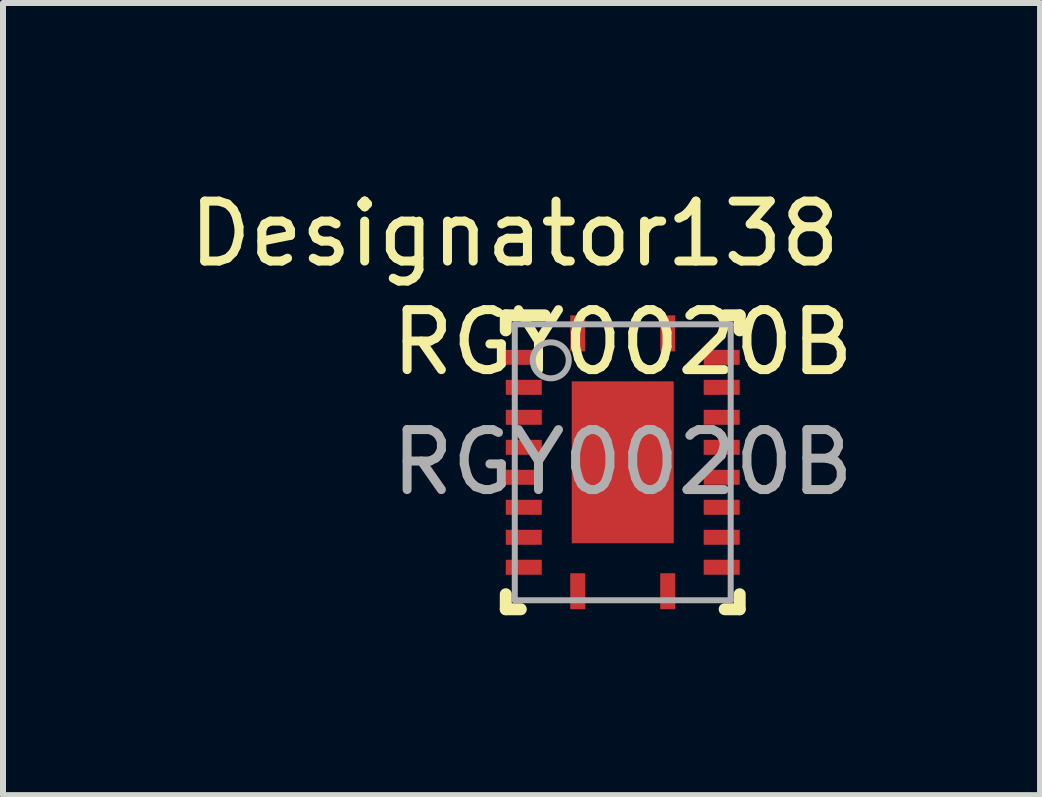
<source format=kicad_pcb>
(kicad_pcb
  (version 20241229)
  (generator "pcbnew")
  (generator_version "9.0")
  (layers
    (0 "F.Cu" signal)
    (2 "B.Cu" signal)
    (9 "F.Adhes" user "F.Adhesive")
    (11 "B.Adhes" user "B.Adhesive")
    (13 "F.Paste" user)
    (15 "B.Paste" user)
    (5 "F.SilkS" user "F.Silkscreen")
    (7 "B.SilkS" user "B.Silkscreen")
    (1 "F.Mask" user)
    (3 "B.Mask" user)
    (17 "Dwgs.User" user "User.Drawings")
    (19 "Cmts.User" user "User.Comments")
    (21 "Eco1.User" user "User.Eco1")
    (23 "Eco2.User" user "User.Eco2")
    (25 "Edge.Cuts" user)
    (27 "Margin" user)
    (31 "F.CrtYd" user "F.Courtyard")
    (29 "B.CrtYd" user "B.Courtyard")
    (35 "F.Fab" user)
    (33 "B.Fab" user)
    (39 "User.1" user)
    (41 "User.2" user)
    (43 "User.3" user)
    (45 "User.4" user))
  (footprint "RGY0020B"
    (layer "F.Cu")
    (at 7.333 4.658)
    (property "Reference" "RGY0020B" (at 0 -2 0) (unlocked yes) (layer "F.SilkS") (effects (font (size 1 1) (thickness 0.15))))
    (attr smd)
    (fp_line (start -1.95 -2.45) (end -1.3 -2.45) (stroke (width 0.2) (type solid)) (layer "F.SilkS"))
    (fp_line (start -1.95 -2.2) (end -1.95 -2.45) (stroke (width 0.2) (type solid)) (layer "F.SilkS"))
    (fp_line (start -1.95 2.45) (end -1.95 2.2) (stroke (width 0.2) (type solid)) (layer "F.SilkS"))
    (fp_line (start -1.95 2.45) (end -1.7 2.45) (stroke (width 0.2) (type solid)) (layer "F.SilkS"))
    (fp_line (start 1.7 -2.45) (end 1.95 -2.45) (stroke (width 0.2) (type solid)) (layer "F.SilkS"))
    (fp_line (start 1.7 2.45) (end 1.95 2.45) (stroke (width 0.2) (type solid)) (layer "F.SilkS"))
    (fp_line (start 1.95 -2.2) (end 1.95 -2.45) (stroke (width 0.2) (type solid)) (layer "F.SilkS"))
    (fp_line (start 1.95 2.45) (end 1.95 2.2) (stroke (width 0.2) (type solid)) (layer "F.SilkS"))
    (fp_poly (pts (xy 0.774 -1.288) (xy -0.774 -1.288) (xy -0.774 -0.1) (xy 0.774 -0.1)) (stroke (width 0) (type solid)) (fill yes) (layer "F.Paste"))
    (fp_poly (pts (xy 0.774 0.1) (xy -0.774 0.1) (xy -0.774 1.288) (xy 0.774 1.288)) (stroke (width 0) (type solid)) (fill yes) (layer "F.Paste"))
    (fp_line (start -1.8 -2.3) (end 1.8 -2.3) (stroke (width 0.1) (type solid)) (layer "F.Fab"))
    (fp_line (start -1.8 2.3) (end -1.8 -2.3) (stroke (width 0.1) (type solid)) (layer "F.Fab"))
    (fp_line (start -1.8 2.3) (end 1.8 2.3) (stroke (width 0.1) (type solid)) (layer "F.Fab"))
    (fp_line (start 1.8 2.3) (end 1.8 -2.3) (stroke (width 0.1) (type solid)) (layer "F.Fab"))
    (fp_circle (center -1.2 -1.7) (end -0.9 -1.7) (stroke (width 0.1) (type solid)) (fill no) (layer "F.Fab"))
    (fp_text user "Designator138" (at -1.803 -3.81 0) (unlocked yes) (layer "F.SilkS") (effects (font (size 1 1) (thickness 0.15))))
    (fp_text user "${REFERENCE}" (at 0 0 0) (unlocked yes) (layer "F.Fab") (effects (font (size 1 1) (thickness 0.15))))
    (pad "1" smd rect (at -0.75 -2.15) (size 0.25 0.6) (layers "F.Cu" "F.Mask" "F.Paste"))
    (pad "2" smd rect (at -1.65 -1.75 90) (size 0.25 0.6) (layers "F.Cu" "F.Mask" "F.Paste"))
    (pad "3" smd rect (at -1.65 -1.25 90) (size 0.25 0.6) (layers "F.Cu" "F.Mask" "F.Paste"))
    (pad "4" smd rect (at -1.65 -0.75 90) (size 0.25 0.6) (layers "F.Cu" "F.Mask" "F.Paste"))
    (pad "5" smd rect (at -1.65 -0.25 90) (size 0.25 0.6) (layers "F.Cu" "F.Mask" "F.Paste"))
    (pad "6" smd rect (at -1.65 0.25 90) (size 0.25 0.6) (layers "F.Cu" "F.Mask" "F.Paste"))
    (pad "7" smd rect (at -1.65 0.75 90) (size 0.25 0.6) (layers "F.Cu" "F.Mask" "F.Paste"))
    (pad "8" smd rect (at -1.65 1.25 90) (size 0.25 0.6) (layers "F.Cu" "F.Mask" "F.Paste"))
    (pad "9" smd rect (at -1.65 1.75 90) (size 0.25 0.6) (layers "F.Cu" "F.Mask" "F.Paste"))
    (pad "10" smd rect (at -0.75 2.15) (size 0.25 0.6) (layers "F.Cu" "F.Mask" "F.Paste"))
    (pad "11" smd rect (at 0.75 2.15) (size 0.25 0.6) (layers "F.Cu" "F.Mask" "F.Paste"))
    (pad "12" smd rect (at 1.65 1.75 90) (size 0.25 0.6) (layers "F.Cu" "F.Mask" "F.Paste"))
    (pad "13" smd rect (at 1.65 1.25 90) (size 0.25 0.6) (layers "F.Cu" "F.Mask" "F.Paste"))
    (pad "14" smd rect (at 1.65 0.75 90) (size 0.25 0.6) (layers "F.Cu" "F.Mask" "F.Paste"))
    (pad "15" smd rect (at 1.65 0.25 90) (size 0.25 0.6) (layers "F.Cu" "F.Mask" "F.Paste"))
    (pad "16" smd rect (at 1.65 -0.25 90) (size 0.25 0.6) (layers "F.Cu" "F.Mask" "F.Paste"))
    (pad "17" smd rect (at 1.65 -0.75 90) (size 0.25 0.6) (layers "F.Cu" "F.Mask" "F.Paste"))
    (pad "18" smd rect (at 1.65 -1.25 90) (size 0.25 0.6) (layers "F.Cu" "F.Mask" "F.Paste"))
    (pad "19" smd rect (at 1.65 -1.75 90) (size 0.25 0.6) (layers "F.Cu" "F.Mask" "F.Paste"))
    (pad "20" smd rect (at 0.75 -2.15) (size 0.25 0.6) (layers "F.Cu" "F.Mask" "F.Paste"))
    (pad "21" smd rect (at 0 0) (size 1.7 2.7) (layers "F.Cu" "F.Mask")))
  (gr_rect
    (start -3 -3)
    (end 14.291 10.208)
    (stroke (width 0.1) (type default))
    (fill no)
    (layer "Edge.Cuts")))
</source>
